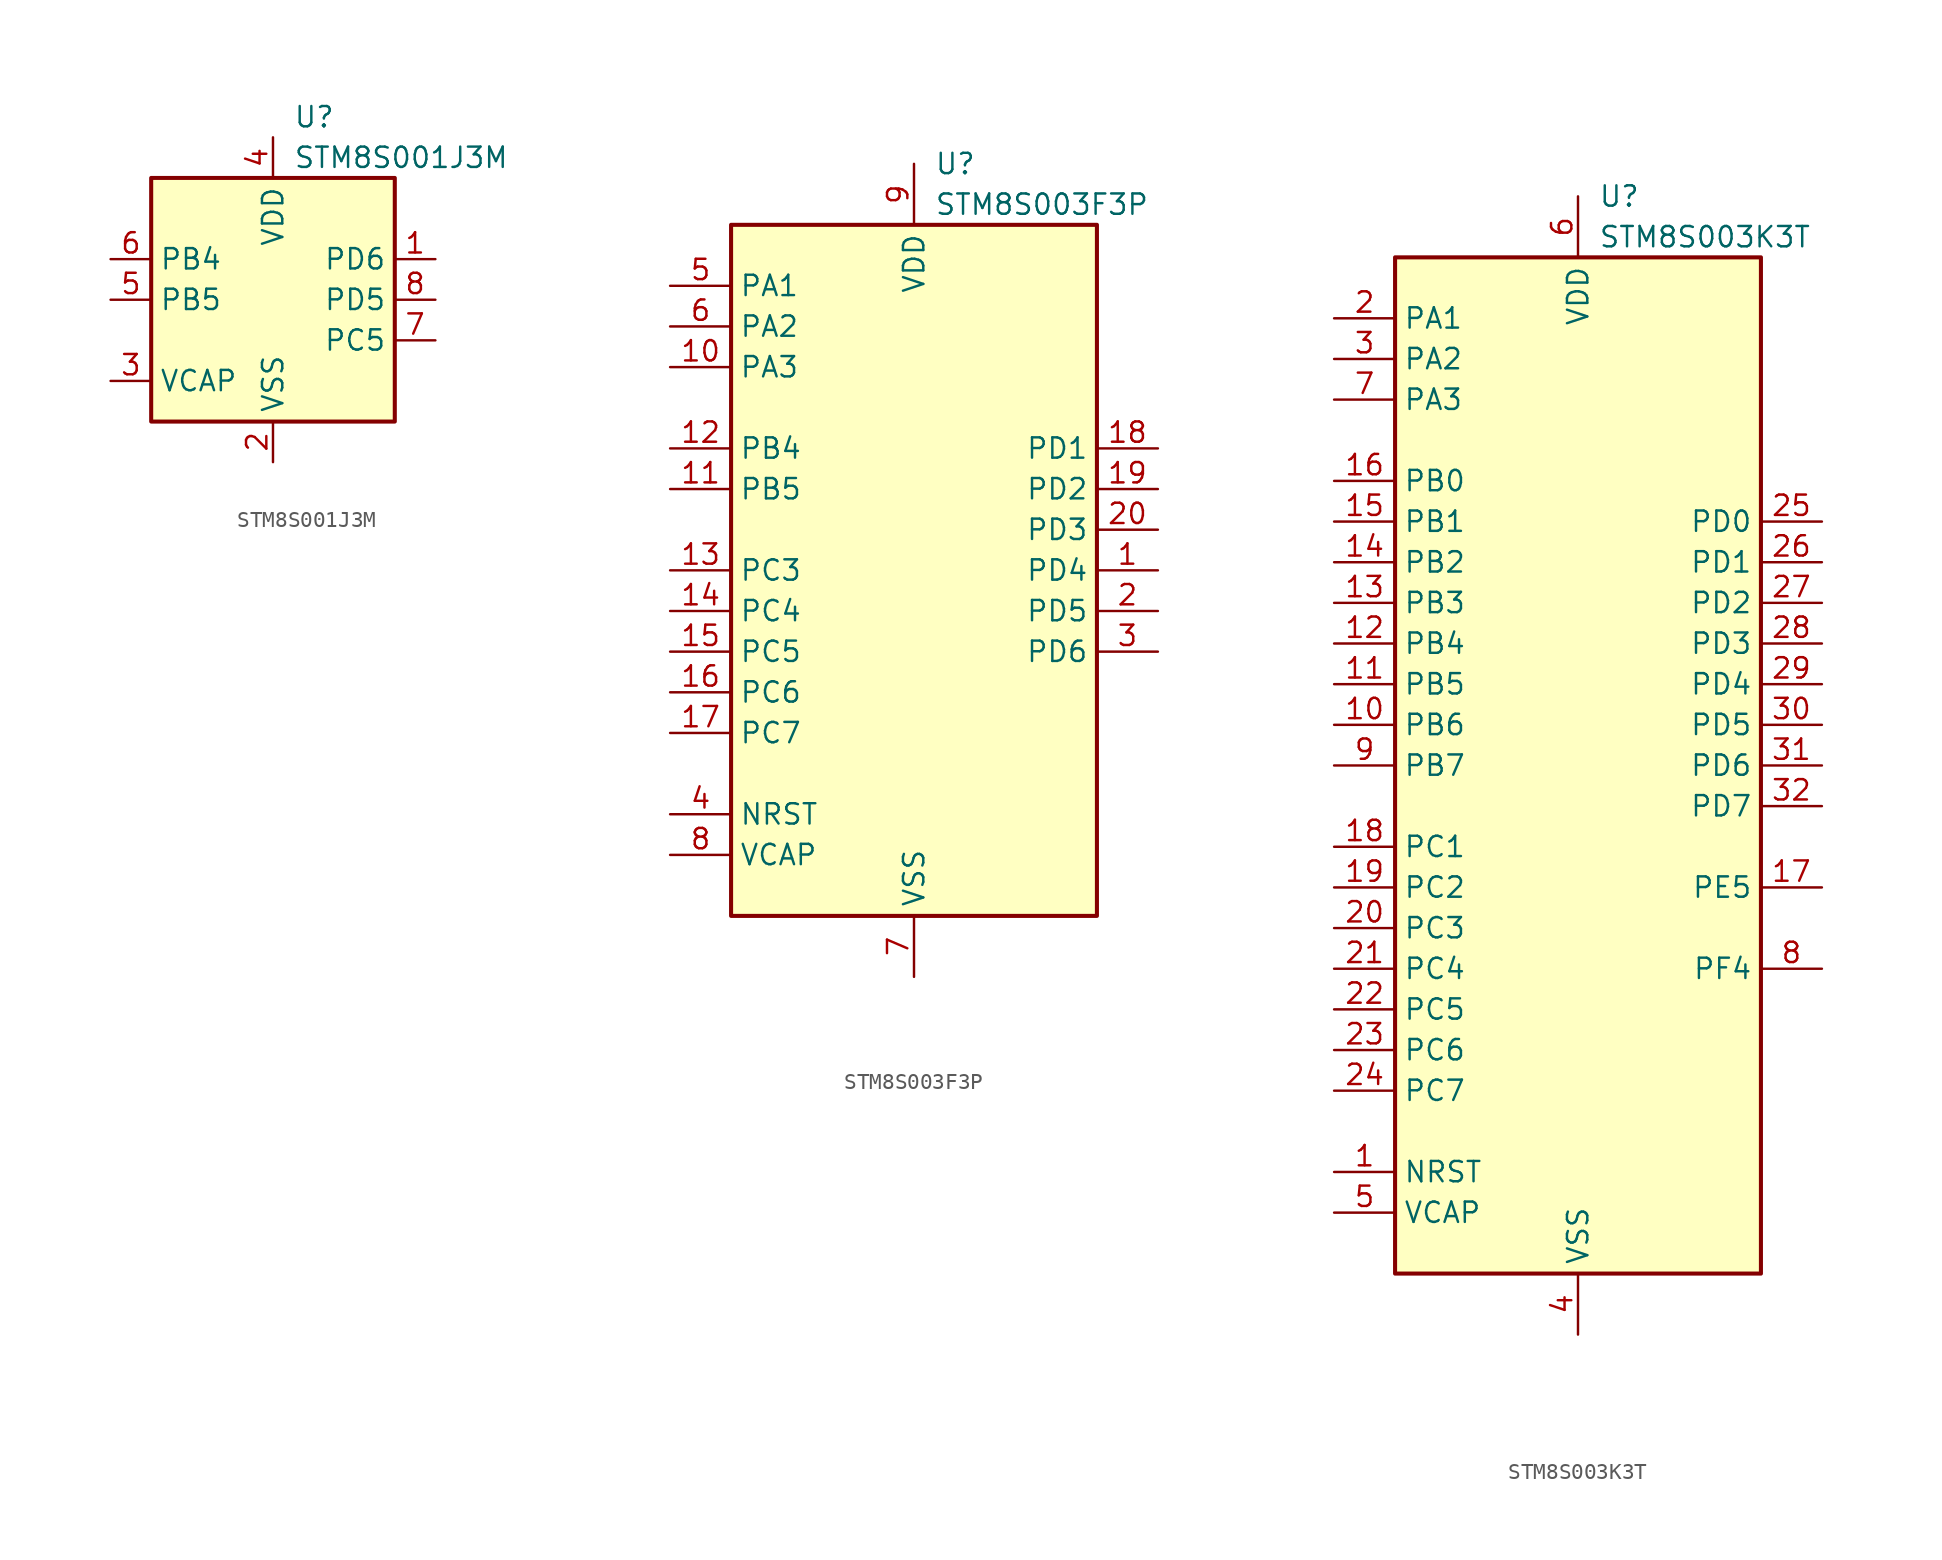
<source format=kicad_sym>
(kicad_symbol_lib
  (version 20241209)
  (generator "kicad_symbol_editor")
  (generator_version "9.0")
  (symbol "STM8S001J3M"
    (property "Reference" "U"
      (at 1.27 11.43 0)
      (effects (font (size 1.27 1.27)) (justify left)))
    (property "Value" "STM8S001J3M"
      (at 1.27 8.89 0)
      (effects (font (size 1.27 1.27)) (justify left)))
    (symbol "STM8S001J3M_0_1"
      (rectangle (start -7.62 7.62) (end 7.62 -7.62) (stroke (width 0.254) (type default)) (fill (type background))))
    (symbol "STM8S001J3M_1_1"
      (pin bidirectional line (at -10.16 2.54 0) (length 2.54) (name "PB4" (effects (font (size 1.27 1.27)))) (number "6" (effects (font (size 1.27 1.27)))))
      (pin bidirectional line (at -10.16 0 0) (length 2.54) (name "PB5" (effects (font (size 1.27 1.27)))) (number "5" (effects (font (size 1.27 1.27)))))
      (pin passive line (at -10.16 -5.08 0) (length 2.54) (name "VCAP" (effects (font (size 1.27 1.27)))) (number "3" (effects (font (size 1.27 1.27)))))
      (pin power_in line (at 0 10.16 270) (length 2.54) (name "VDD" (effects (font (size 1.27 1.27)))) (number "4" (effects (font (size 1.27 1.27)))))
      (pin power_in line (at 0 -10.16 90) (length 2.54) (name "VSS" (effects (font (size 1.27 1.27)))) (number "2" (effects (font (size 1.27 1.27)))))
      (pin bidirectional line (at 10.16 2.54 180) (length 2.54) (name "PD6" (effects (font (size 1.27 1.27)))) (number "1" (effects (font (size 1.27 1.27)))))
      (pin bidirectional line (at 10.16 0 180) (length 2.54) (name "PD5" (effects (font (size 1.27 1.27)))) (number "8" (effects (font (size 1.27 1.27)))))
      (pin bidirectional line (at 10.16 -2.54 180) (length 2.54) (name "PC5" (effects (font (size 1.27 1.27)))) (number "7" (effects (font (size 1.27 1.27)))))))
  (symbol "STM8S003F3P"
    (property "Reference" "U"
      (at 1.27 25.4 0)
      (effects (font (size 1.27 1.27)) (justify left)))
    (property "Value" "STM8S003F3P"
      (at 1.27 22.86 0)
      (effects (font (size 1.27 1.27)) (justify left)))
    (symbol "STM8S003F3P_0_1"
      (rectangle (start -11.43 21.59) (end 11.43 -21.59) (stroke (width 0.254) (type default)) (fill (type background))))
    (symbol "STM8S003F3P_1_1"
      (pin bidirectional line (at -15.24 17.78 0) (length 3.81) (name "PA1" (effects (font (size 1.27 1.27)))) (number "5" (effects (font (size 1.27 1.27)))))
      (pin bidirectional line (at -15.24 15.24 0) (length 3.81) (name "PA2" (effects (font (size 1.27 1.27)))) (number "6" (effects (font (size 1.27 1.27)))))
      (pin bidirectional line (at -15.24 12.7 0) (length 3.81) (name "PA3" (effects (font (size 1.27 1.27)))) (number "10" (effects (font (size 1.27 1.27)))))
      (pin bidirectional line (at -15.24 7.62 0) (length 3.81) (name "PB4" (effects (font (size 1.27 1.27)))) (number "12" (effects (font (size 1.27 1.27)))))
      (pin bidirectional line (at -15.24 5.08 0) (length 3.81) (name "PB5" (effects (font (size 1.27 1.27)))) (number "11" (effects (font (size 1.27 1.27)))))
      (pin bidirectional line (at -15.24 0 0) (length 3.81) (name "PC3" (effects (font (size 1.27 1.27)))) (number "13" (effects (font (size 1.27 1.27)))))
      (pin bidirectional line (at -15.24 -2.54 0) (length 3.81) (name "PC4" (effects (font (size 1.27 1.27)))) (number "14" (effects (font (size 1.27 1.27)))))
      (pin bidirectional line (at -15.24 -5.08 0) (length 3.81) (name "PC5" (effects (font (size 1.27 1.27)))) (number "15" (effects (font (size 1.27 1.27)))))
      (pin bidirectional line (at -15.24 -7.62 0) (length 3.81) (name "PC6" (effects (font (size 1.27 1.27)))) (number "16" (effects (font (size 1.27 1.27)))))
      (pin bidirectional line (at -15.24 -10.16 0) (length 3.81) (name "PC7" (effects (font (size 1.27 1.27)))) (number "17" (effects (font (size 1.27 1.27)))))
      (pin input line (at -15.24 -15.24 0) (length 3.81) (name "NRST" (effects (font (size 1.27 1.27)))) (number "4" (effects (font (size 1.27 1.27)))))
      (pin passive line (at -15.24 -17.78 0) (length 3.81) (name "VCAP" (effects (font (size 1.27 1.27)))) (number "8" (effects (font (size 1.27 1.27)))))
      (pin power_in line (at 0 25.4 270) (length 3.81) (name "VDD" (effects (font (size 1.27 1.27)))) (number "9" (effects (font (size 1.27 1.27)))))
      (pin power_in line (at 0 -25.4 90) (length 3.81) (name "VSS" (effects (font (size 1.27 1.27)))) (number "7" (effects (font (size 1.27 1.27)))))
      (pin bidirectional line (at 15.24 7.62 180) (length 3.81) (name "PD1" (effects (font (size 1.27 1.27)))) (number "18" (effects (font (size 1.27 1.27)))))
      (pin bidirectional line (at 15.24 5.08 180) (length 3.81) (name "PD2" (effects (font (size 1.27 1.27)))) (number "19" (effects (font (size 1.27 1.27)))))
      (pin bidirectional line (at 15.24 2.54 180) (length 3.81) (name "PD3" (effects (font (size 1.27 1.27)))) (number "20" (effects (font (size 1.27 1.27)))))
      (pin bidirectional line (at 15.24 0 180) (length 3.81) (name "PD4" (effects (font (size 1.27 1.27)))) (number "1" (effects (font (size 1.27 1.27)))))
      (pin bidirectional line (at 15.24 -2.54 180) (length 3.81) (name "PD5" (effects (font (size 1.27 1.27)))) (number "2" (effects (font (size 1.27 1.27)))))
      (pin bidirectional line (at 15.24 -5.08 180) (length 3.81) (name "PD6" (effects (font (size 1.27 1.27)))) (number "3" (effects (font (size 1.27 1.27)))))))
  (symbol "STM8S003K3T"
    (property "Reference" "U"
      (at 1.27 35.56 0)
      (effects (font (size 1.27 1.27)) (justify left)))
    (property "Value" "STM8S003K3T"
      (at 1.27 33.02 0)
      (effects (font (size 1.27 1.27)) (justify left)))
    (symbol "STM8S003K3T_0_1"
      (rectangle (start -11.43 31.75) (end 11.43 -31.75) (stroke (width 0.254) (type default)) (fill (type background))))
    (symbol "STM8S003K3T_1_1"
      (pin bidirectional line (at -15.24 27.94 0) (length 3.81) (name "PA1" (effects (font (size 1.27 1.27)))) (number "2" (effects (font (size 1.27 1.27)))))
      (pin bidirectional line (at -15.24 25.4 0) (length 3.81) (name "PA2" (effects (font (size 1.27 1.27)))) (number "3" (effects (font (size 1.27 1.27)))))
      (pin bidirectional line (at -15.24 22.86 0) (length 3.81) (name "PA3" (effects (font (size 1.27 1.27)))) (number "7" (effects (font (size 1.27 1.27)))))
      (pin bidirectional line (at -15.24 17.78 0) (length 3.81) (name "PB0" (effects (font (size 1.27 1.27)))) (number "16" (effects (font (size 1.27 1.27)))))
      (pin bidirectional line (at -15.24 15.24 0) (length 3.81) (name "PB1" (effects (font (size 1.27 1.27)))) (number "15" (effects (font (size 1.27 1.27)))))
      (pin bidirectional line (at -15.24 12.7 0) (length 3.81) (name "PB2" (effects (font (size 1.27 1.27)))) (number "14" (effects (font (size 1.27 1.27)))))
      (pin bidirectional line (at -15.24 10.16 0) (length 3.81) (name "PB3" (effects (font (size 1.27 1.27)))) (number "13" (effects (font (size 1.27 1.27)))))
      (pin bidirectional line (at -15.24 7.62 0) (length 3.81) (name "PB4" (effects (font (size 1.27 1.27)))) (number "12" (effects (font (size 1.27 1.27)))))
      (pin bidirectional line (at -15.24 5.08 0) (length 3.81) (name "PB5" (effects (font (size 1.27 1.27)))) (number "11" (effects (font (size 1.27 1.27)))))
      (pin bidirectional line (at -15.24 2.54 0) (length 3.81) (name "PB6" (effects (font (size 1.27 1.27)))) (number "10" (effects (font (size 1.27 1.27)))))
      (pin bidirectional line (at -15.24 0 0) (length 3.81) (name "PB7" (effects (font (size 1.27 1.27)))) (number "9" (effects (font (size 1.27 1.27)))))
      (pin bidirectional line (at -15.24 -5.08 0) (length 3.81) (name "PC1" (effects (font (size 1.27 1.27)))) (number "18" (effects (font (size 1.27 1.27)))))
      (pin bidirectional line (at -15.24 -7.62 0) (length 3.81) (name "PC2" (effects (font (size 1.27 1.27)))) (number "19" (effects (font (size 1.27 1.27)))))
      (pin bidirectional line (at -15.24 -10.16 0) (length 3.81) (name "PC3" (effects (font (size 1.27 1.27)))) (number "20" (effects (font (size 1.27 1.27)))))
      (pin bidirectional line (at -15.24 -12.7 0) (length 3.81) (name "PC4" (effects (font (size 1.27 1.27)))) (number "21" (effects (font (size 1.27 1.27)))))
      (pin bidirectional line (at -15.24 -15.24 0) (length 3.81) (name "PC5" (effects (font (size 1.27 1.27)))) (number "22" (effects (font (size 1.27 1.27)))))
      (pin bidirectional line (at -15.24 -17.78 0) (length 3.81) (name "PC6" (effects (font (size 1.27 1.27)))) (number "23" (effects (font (size 1.27 1.27)))))
      (pin bidirectional line (at -15.24 -20.32 0) (length 3.81) (name "PC7" (effects (font (size 1.27 1.27)))) (number "24" (effects (font (size 1.27 1.27)))))
      (pin input line (at -15.24 -25.4 0) (length 3.81) (name "NRST" (effects (font (size 1.27 1.27)))) (number "1" (effects (font (size 1.27 1.27)))))
      (pin input line (at -15.24 -27.94 0) (length 3.81) (name "VCAP" (effects (font (size 1.27 1.27)))) (number "5" (effects (font (size 1.27 1.27)))))
      (pin power_in line (at 0 35.56 270) (length 3.81) (name "VDD" (effects (font (size 1.27 1.27)))) (number "6" (effects (font (size 1.27 1.27)))))
      (pin power_in line (at 0 -35.56 90) (length 3.81) (name "VSS" (effects (font (size 1.27 1.27)))) (number "4" (effects (font (size 1.27 1.27)))))
      (pin bidirectional line (at 15.24 15.24 180) (length 3.81) (name "PD0" (effects (font (size 1.27 1.27)))) (number "25" (effects (font (size 1.27 1.27)))))
      (pin bidirectional line (at 15.24 12.7 180) (length 3.81) (name "PD1" (effects (font (size 1.27 1.27)))) (number "26" (effects (font (size 1.27 1.27)))))
      (pin bidirectional line (at 15.24 10.16 180) (length 3.81) (name "PD2" (effects (font (size 1.27 1.27)))) (number "27" (effects (font (size 1.27 1.27)))))
      (pin bidirectional line (at 15.24 7.62 180) (length 3.81) (name "PD3" (effects (font (size 1.27 1.27)))) (number "28" (effects (font (size 1.27 1.27)))))
      (pin bidirectional line (at 15.24 5.08 180) (length 3.81) (name "PD4" (effects (font (size 1.27 1.27)))) (number "29" (effects (font (size 1.27 1.27)))))
      (pin bidirectional line (at 15.24 2.54 180) (length 3.81) (name "PD5" (effects (font (size 1.27 1.27)))) (number "30" (effects (font (size 1.27 1.27)))))
      (pin bidirectional line (at 15.24 0 180) (length 3.81) (name "PD6" (effects (font (size 1.27 1.27)))) (number "31" (effects (font (size 1.27 1.27)))))
      (pin bidirectional line (at 15.24 -2.54 180) (length 3.81) (name "PD7" (effects (font (size 1.27 1.27)))) (number "32" (effects (font (size 1.27 1.27)))))
      (pin bidirectional line (at 15.24 -7.62 180) (length 3.81) (name "PE5" (effects (font (size 1.27 1.27)))) (number "17" (effects (font (size 1.27 1.27)))))
      (pin bidirectional line (at 15.24 -12.7 180) (length 3.81) (name "PF4" (effects (font (size 1.27 1.27)))) (number "8" (effects (font (size 1.27 1.27))))))))
</source>
